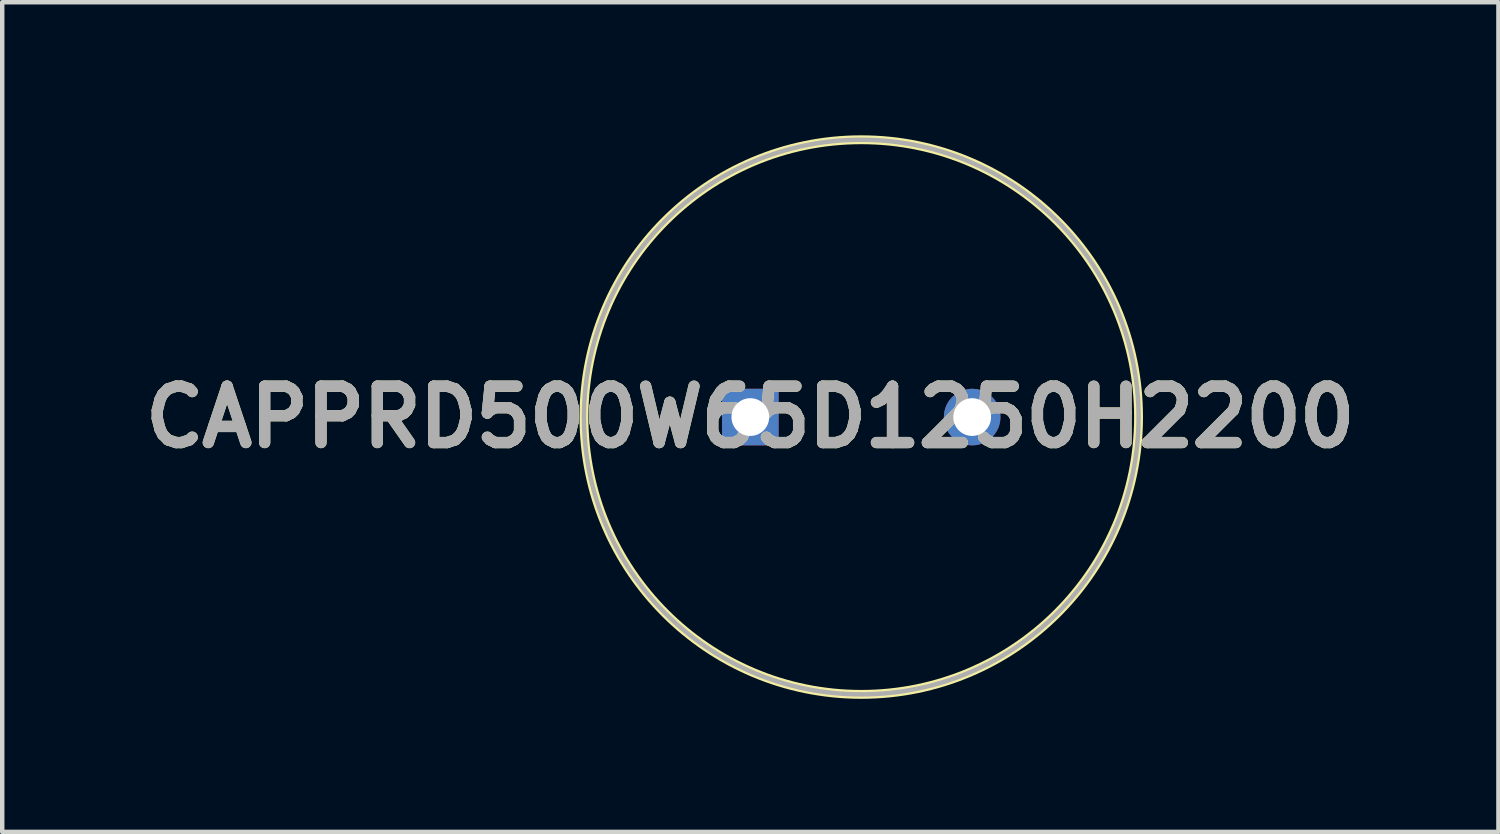
<source format=kicad_pcb>
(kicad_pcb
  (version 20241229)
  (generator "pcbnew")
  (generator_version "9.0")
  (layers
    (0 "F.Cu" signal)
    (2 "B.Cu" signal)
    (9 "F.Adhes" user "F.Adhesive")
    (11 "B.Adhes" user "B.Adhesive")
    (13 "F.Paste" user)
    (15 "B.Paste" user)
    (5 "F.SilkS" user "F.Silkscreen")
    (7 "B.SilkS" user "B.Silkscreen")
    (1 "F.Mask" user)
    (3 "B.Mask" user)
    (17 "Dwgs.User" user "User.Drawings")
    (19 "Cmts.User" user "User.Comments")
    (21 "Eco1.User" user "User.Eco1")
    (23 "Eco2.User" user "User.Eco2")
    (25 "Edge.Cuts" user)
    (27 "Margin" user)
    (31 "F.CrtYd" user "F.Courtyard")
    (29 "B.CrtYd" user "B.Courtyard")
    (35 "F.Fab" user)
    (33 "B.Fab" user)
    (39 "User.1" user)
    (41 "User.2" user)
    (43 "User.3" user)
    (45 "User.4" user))
  (footprint "CAPPRD500W65D1250H2200"
    (layer "F.Cu")
    (at 13.861 6.35)
    (property "Reference" "CAPPRD500W65D1250H2200" (at 0 0 0) (layer "F.SilkS") (effects (font (size 1.27 1.27) (thickness 0.254))))
    (attr through_hole)
    (fp_circle (center 2.5 0) (end 2.5 6.25) (stroke (width 0.2) (type solid)) (fill no) (layer "F.SilkS"))
    (fp_circle (center 2.5 0) (end 2.5 6.25) (stroke (width 0.1) (type solid)) (fill no) (layer "F.Fab"))
    (fp_text user "${REFERENCE}" (at 0 0 0) (layer "F.Fab") (effects (font (size 1.27 1.27) (thickness 0.254))))
    (pad "1" thru_hole rect (at 0 0) (size 1.275 1.275) (drill 0.85) (layers "*.Cu" "*.Mask"))
    (pad "2" thru_hole circle (at 5 0) (size 1.275 1.275) (drill 0.85) (layers "*.Cu" "*.Mask")))
  (gr_rect
    (start -3 -3)
    (end 30.722 15.7)
    (stroke (width 0.1) (type default))
    (fill no)
    (layer "Edge.Cuts")))
</source>
